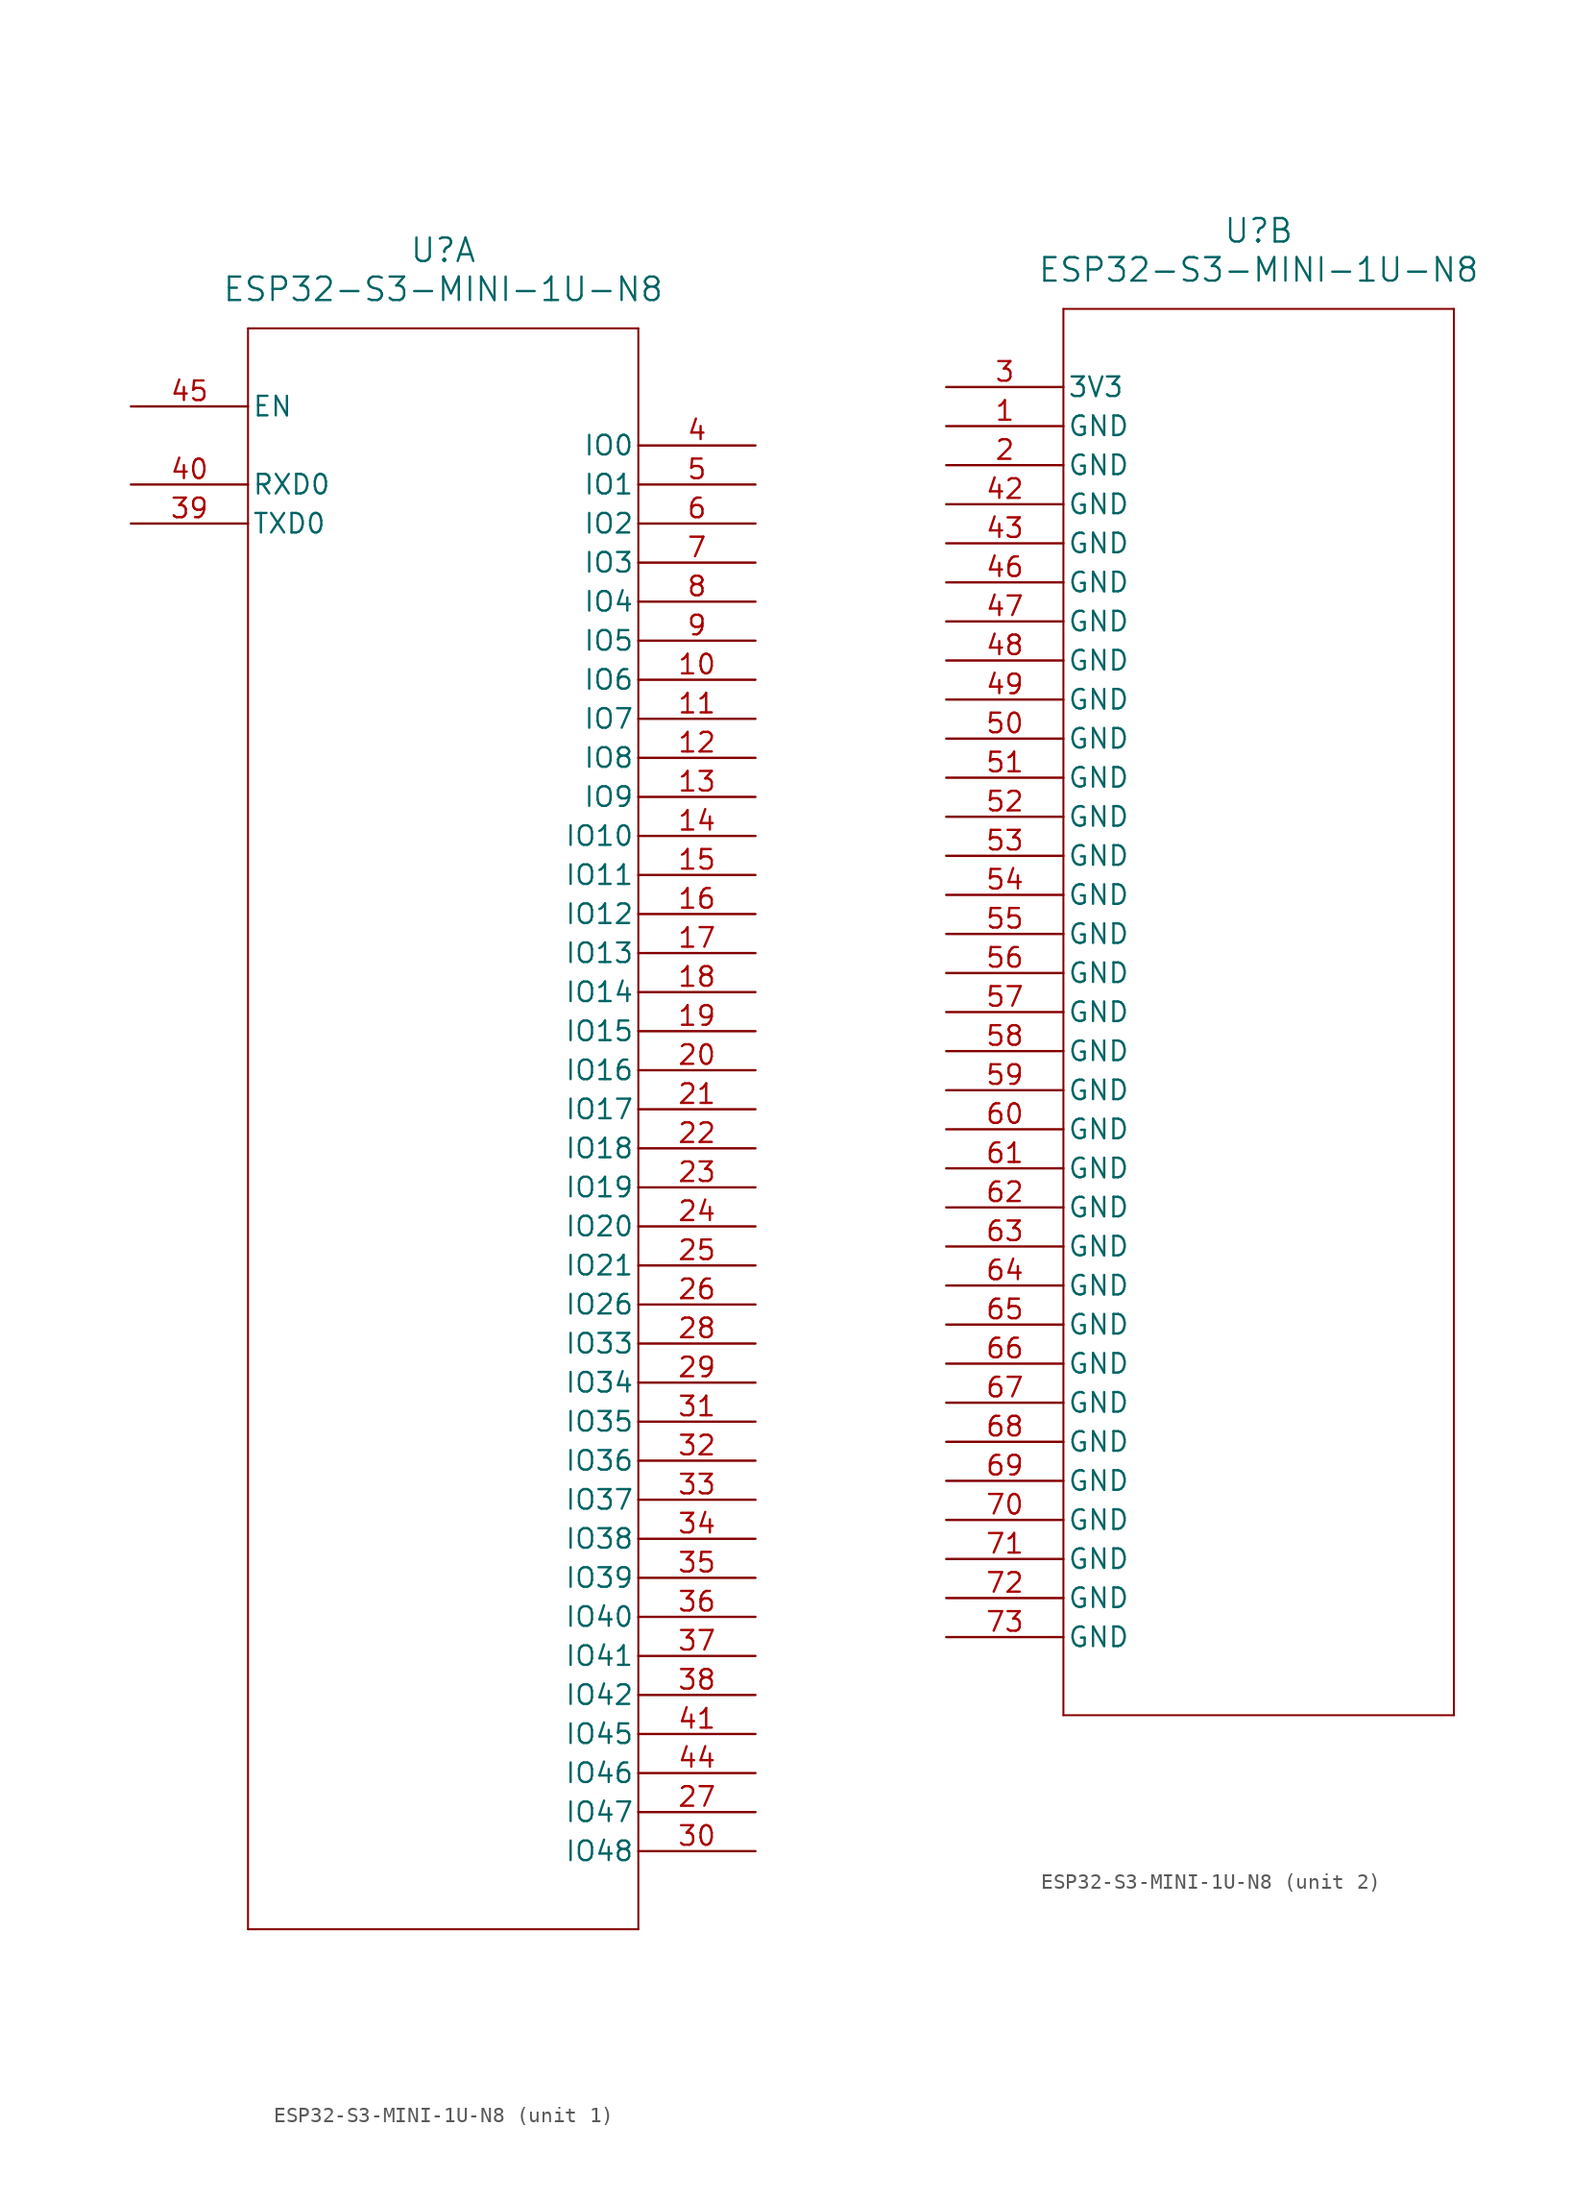
<source format=kicad_sym>
(kicad_symbol_lib
  (version 20211014)
  (generator kicad_symbol_editor)
  (symbol "ESP32-S3-MINI-1U-N8"
    (pin_names
      (offset 0.254))
    (property "Reference" "U"
      (at 20.32 10.16 0)
      (effects (font (size 1.524 1.524))))
    (property "Value" "ESP32-S3-MINI-1U-N8"
      (at 20.32 7.62 0)
      (effects (font (size 1.524 1.524))))
    (symbol "ESP32-S3-MINI-1U-N8_1_1"
      (polyline (pts (xy 7.62 5.08) (xy 7.62 -99.06)) (stroke (width 0.127) (type default) (color 0 0 0 0)) (fill (type none)))
      (polyline (pts (xy 7.62 -99.06) (xy 33.02 -99.06)) (stroke (width 0.127) (type default) (color 0 0 0 0)) (fill (type none)))
      (polyline (pts (xy 33.02 -99.06) (xy 33.02 5.08)) (stroke (width 0.127) (type default) (color 0 0 0 0)) (fill (type none)))
      (polyline (pts (xy 33.02 5.08) (xy 7.62 5.08)) (stroke (width 0.127) (type default) (color 0 0 0 0)) (fill (type none)))
      (pin bidirectional line (at 40.64 -2.54 180) (length 7.62) (name "IO0" (effects (font (size 1.27 1.27)))) (number "4" (effects (font (size 1.27 1.27)))))
      (pin bidirectional line (at 40.64 -5.08 180) (length 7.62) (name "IO1" (effects (font (size 1.27 1.27)))) (number "5" (effects (font (size 1.27 1.27)))))
      (pin bidirectional line (at 40.64 -7.62 180) (length 7.62) (name "IO2" (effects (font (size 1.27 1.27)))) (number "6" (effects (font (size 1.27 1.27)))))
      (pin bidirectional line (at 40.64 -10.16 180) (length 7.62) (name "IO3" (effects (font (size 1.27 1.27)))) (number "7" (effects (font (size 1.27 1.27)))))
      (pin bidirectional line (at 40.64 -12.7 180) (length 7.62) (name "IO4" (effects (font (size 1.27 1.27)))) (number "8" (effects (font (size 1.27 1.27)))))
      (pin bidirectional line (at 40.64 -15.24 180) (length 7.62) (name "IO5" (effects (font (size 1.27 1.27)))) (number "9" (effects (font (size 1.27 1.27)))))
      (pin bidirectional line (at 40.64 -17.78 180) (length 7.62) (name "IO6" (effects (font (size 1.27 1.27)))) (number "10" (effects (font (size 1.27 1.27)))))
      (pin bidirectional line (at 40.64 -20.32 180) (length 7.62) (name "IO7" (effects (font (size 1.27 1.27)))) (number "11" (effects (font (size 1.27 1.27)))))
      (pin bidirectional line (at 40.64 -22.86 180) (length 7.62) (name "IO8" (effects (font (size 1.27 1.27)))) (number "12" (effects (font (size 1.27 1.27)))))
      (pin bidirectional line (at 40.64 -25.4 180) (length 7.62) (name "IO9" (effects (font (size 1.27 1.27)))) (number "13" (effects (font (size 1.27 1.27)))))
      (pin bidirectional line (at 40.64 -27.94 180) (length 7.62) (name "IO10" (effects (font (size 1.27 1.27)))) (number "14" (effects (font (size 1.27 1.27)))))
      (pin bidirectional line (at 40.64 -30.48 180) (length 7.62) (name "IO11" (effects (font (size 1.27 1.27)))) (number "15" (effects (font (size 1.27 1.27)))))
      (pin bidirectional line (at 40.64 -33.02 180) (length 7.62) (name "IO12" (effects (font (size 1.27 1.27)))) (number "16" (effects (font (size 1.27 1.27)))))
      (pin bidirectional line (at 40.64 -35.56 180) (length 7.62) (name "IO13" (effects (font (size 1.27 1.27)))) (number "17" (effects (font (size 1.27 1.27)))))
      (pin bidirectional line (at 40.64 -38.1 180) (length 7.62) (name "IO14" (effects (font (size 1.27 1.27)))) (number "18" (effects (font (size 1.27 1.27)))))
      (pin bidirectional line (at 40.64 -40.64 180) (length 7.62) (name "IO15" (effects (font (size 1.27 1.27)))) (number "19" (effects (font (size 1.27 1.27)))))
      (pin bidirectional line (at 40.64 -43.18 180) (length 7.62) (name "IO16" (effects (font (size 1.27 1.27)))) (number "20" (effects (font (size 1.27 1.27)))))
      (pin bidirectional line (at 40.64 -45.72 180) (length 7.62) (name "IO17" (effects (font (size 1.27 1.27)))) (number "21" (effects (font (size 1.27 1.27)))))
      (pin bidirectional line (at 40.64 -48.26 180) (length 7.62) (name "IO18" (effects (font (size 1.27 1.27)))) (number "22" (effects (font (size 1.27 1.27)))))
      (pin bidirectional line (at 40.64 -50.8 180) (length 7.62) (name "IO19" (effects (font (size 1.27 1.27)))) (number "23" (effects (font (size 1.27 1.27)))))
      (pin bidirectional line (at 40.64 -53.34 180) (length 7.62) (name "IO20" (effects (font (size 1.27 1.27)))) (number "24" (effects (font (size 1.27 1.27)))))
      (pin bidirectional line (at 40.64 -55.88 180) (length 7.62) (name "IO21" (effects (font (size 1.27 1.27)))) (number "25" (effects (font (size 1.27 1.27)))))
      (pin bidirectional line (at 40.64 -58.42 180) (length 7.62) (name "IO26" (effects (font (size 1.27 1.27)))) (number "26" (effects (font (size 1.27 1.27)))))
      (pin bidirectional line (at 40.64 -91.44 180) (length 7.62) (name "IO47" (effects (font (size 1.27 1.27)))) (number "27" (effects (font (size 1.27 1.27)))))
      (pin bidirectional line (at 40.64 -60.96 180) (length 7.62) (name "IO33" (effects (font (size 1.27 1.27)))) (number "28" (effects (font (size 1.27 1.27)))))
      (pin bidirectional line (at 40.64 -63.5 180) (length 7.62) (name "IO34" (effects (font (size 1.27 1.27)))) (number "29" (effects (font (size 1.27 1.27)))))
      (pin bidirectional line (at 40.64 -93.98 180) (length 7.62) (name "IO48" (effects (font (size 1.27 1.27)))) (number "30" (effects (font (size 1.27 1.27)))))
      (pin bidirectional line (at 40.64 -66.04 180) (length 7.62) (name "IO35" (effects (font (size 1.27 1.27)))) (number "31" (effects (font (size 1.27 1.27)))))
      (pin bidirectional line (at 40.64 -68.58 180) (length 7.62) (name "IO36" (effects (font (size 1.27 1.27)))) (number "32" (effects (font (size 1.27 1.27)))))
      (pin bidirectional line (at 40.64 -71.12 180) (length 7.62) (name "IO37" (effects (font (size 1.27 1.27)))) (number "33" (effects (font (size 1.27 1.27)))))
      (pin bidirectional line (at 40.64 -73.66 180) (length 7.62) (name "IO38" (effects (font (size 1.27 1.27)))) (number "34" (effects (font (size 1.27 1.27)))))
      (pin bidirectional line (at 40.64 -76.2 180) (length 7.62) (name "IO39" (effects (font (size 1.27 1.27)))) (number "35" (effects (font (size 1.27 1.27)))))
      (pin bidirectional line (at 40.64 -78.74 180) (length 7.62) (name "IO40" (effects (font (size 1.27 1.27)))) (number "36" (effects (font (size 1.27 1.27)))))
      (pin bidirectional line (at 40.64 -81.28 180) (length 7.62) (name "IO41" (effects (font (size 1.27 1.27)))) (number "37" (effects (font (size 1.27 1.27)))))
      (pin bidirectional line (at 40.64 -83.82 180) (length 7.62) (name "IO42" (effects (font (size 1.27 1.27)))) (number "38" (effects (font (size 1.27 1.27)))))
      (pin bidirectional line (at 0 -7.62 0) (length 7.62) (name "TXD0" (effects (font (size 1.27 1.27)))) (number "39" (effects (font (size 1.27 1.27)))))
      (pin bidirectional line (at 0 -5.08 0) (length 7.62) (name "RXD0" (effects (font (size 1.27 1.27)))) (number "40" (effects (font (size 1.27 1.27)))))
      (pin bidirectional line (at 40.64 -86.36 180) (length 7.62) (name "IO45" (effects (font (size 1.27 1.27)))) (number "41" (effects (font (size 1.27 1.27)))))
      (pin bidirectional line (at 40.64 -88.9 180) (length 7.62) (name "IO46" (effects (font (size 1.27 1.27)))) (number "44" (effects (font (size 1.27 1.27)))))
      (pin input line (at 0 0 0) (length 7.62) (name "EN" (effects (font (size 1.27 1.27)))) (number "45" (effects (font (size 1.27 1.27))))))
    (symbol "ESP32-S3-MINI-1U-N8_2_1"
      (polyline (pts (xy 7.62 5.08) (xy 7.62 -86.36)) (stroke (width 0.127) (type default) (color 0 0 0 0)) (fill (type none)))
      (polyline (pts (xy 7.62 -86.36) (xy 33.02 -86.36)) (stroke (width 0.127) (type default) (color 0 0 0 0)) (fill (type none)))
      (polyline (pts (xy 33.02 -86.36) (xy 33.02 5.08)) (stroke (width 0.127) (type default) (color 0 0 0 0)) (fill (type none)))
      (polyline (pts (xy 33.02 5.08) (xy 7.62 5.08)) (stroke (width 0.127) (type default) (color 0 0 0 0)) (fill (type none)))
      (pin power_out line (at 0 -2.54 0) (length 7.62) (name "GND" (effects (font (size 1.27 1.27)))) (number "1" (effects (font (size 1.27 1.27)))))
      (pin power_out line (at 0 -5.08 0) (length 7.62) (name "GND" (effects (font (size 1.27 1.27)))) (number "2" (effects (font (size 1.27 1.27)))))
      (pin power_in line (at 0 0 0) (length 7.62) (name "3V3" (effects (font (size 1.27 1.27)))) (number "3" (effects (font (size 1.27 1.27)))))
      (pin power_out line (at 0 -7.62 0) (length 7.62) (name "GND" (effects (font (size 1.27 1.27)))) (number "42" (effects (font (size 1.27 1.27)))))
      (pin power_out line (at 0 -10.16 0) (length 7.62) (name "GND" (effects (font (size 1.27 1.27)))) (number "43" (effects (font (size 1.27 1.27)))))
      (pin power_out line (at 0 -12.7 0) (length 7.62) (name "GND" (effects (font (size 1.27 1.27)))) (number "46" (effects (font (size 1.27 1.27)))))
      (pin power_out line (at 0 -15.24 0) (length 7.62) (name "GND" (effects (font (size 1.27 1.27)))) (number "47" (effects (font (size 1.27 1.27)))))
      (pin power_out line (at 0 -17.78 0) (length 7.62) (name "GND" (effects (font (size 1.27 1.27)))) (number "48" (effects (font (size 1.27 1.27)))))
      (pin power_out line (at 0 -20.32 0) (length 7.62) (name "GND" (effects (font (size 1.27 1.27)))) (number "49" (effects (font (size 1.27 1.27)))))
      (pin power_out line (at 0 -22.86 0) (length 7.62) (name "GND" (effects (font (size 1.27 1.27)))) (number "50" (effects (font (size 1.27 1.27)))))
      (pin power_out line (at 0 -25.4 0) (length 7.62) (name "GND" (effects (font (size 1.27 1.27)))) (number "51" (effects (font (size 1.27 1.27)))))
      (pin power_out line (at 0 -27.94 0) (length 7.62) (name "GND" (effects (font (size 1.27 1.27)))) (number "52" (effects (font (size 1.27 1.27)))))
      (pin power_out line (at 0 -30.48 0) (length 7.62) (name "GND" (effects (font (size 1.27 1.27)))) (number "53" (effects (font (size 1.27 1.27)))))
      (pin power_out line (at 0 -33.02 0) (length 7.62) (name "GND" (effects (font (size 1.27 1.27)))) (number "54" (effects (font (size 1.27 1.27)))))
      (pin power_out line (at 0 -35.56 0) (length 7.62) (name "GND" (effects (font (size 1.27 1.27)))) (number "55" (effects (font (size 1.27 1.27)))))
      (pin power_out line (at 0 -38.1 0) (length 7.62) (name "GND" (effects (font (size 1.27 1.27)))) (number "56" (effects (font (size 1.27 1.27)))))
      (pin power_out line (at 0 -40.64 0) (length 7.62) (name "GND" (effects (font (size 1.27 1.27)))) (number "57" (effects (font (size 1.27 1.27)))))
      (pin power_out line (at 0 -43.18 0) (length 7.62) (name "GND" (effects (font (size 1.27 1.27)))) (number "58" (effects (font (size 1.27 1.27)))))
      (pin power_out line (at 0 -45.72 0) (length 7.62) (name "GND" (effects (font (size 1.27 1.27)))) (number "59" (effects (font (size 1.27 1.27)))))
      (pin power_out line (at 0 -48.26 0) (length 7.62) (name "GND" (effects (font (size 1.27 1.27)))) (number "60" (effects (font (size 1.27 1.27)))))
      (pin power_out line (at 0 -50.8 0) (length 7.62) (name "GND" (effects (font (size 1.27 1.27)))) (number "61" (effects (font (size 1.27 1.27)))))
      (pin power_out line (at 0 -53.34 0) (length 7.62) (name "GND" (effects (font (size 1.27 1.27)))) (number "62" (effects (font (size 1.27 1.27)))))
      (pin power_out line (at 0 -55.88 0) (length 7.62) (name "GND" (effects (font (size 1.27 1.27)))) (number "63" (effects (font (size 1.27 1.27)))))
      (pin power_out line (at 0 -58.42 0) (length 7.62) (name "GND" (effects (font (size 1.27 1.27)))) (number "64" (effects (font (size 1.27 1.27)))))
      (pin power_out line (at 0 -60.96 0) (length 7.62) (name "GND" (effects (font (size 1.27 1.27)))) (number "65" (effects (font (size 1.27 1.27)))))
      (pin power_out line (at 0 -63.5 0) (length 7.62) (name "GND" (effects (font (size 1.27 1.27)))) (number "66" (effects (font (size 1.27 1.27)))))
      (pin power_out line (at 0 -66.04 0) (length 7.62) (name "GND" (effects (font (size 1.27 1.27)))) (number "67" (effects (font (size 1.27 1.27)))))
      (pin power_out line (at 0 -68.58 0) (length 7.62) (name "GND" (effects (font (size 1.27 1.27)))) (number "68" (effects (font (size 1.27 1.27)))))
      (pin power_out line (at 0 -71.12 0) (length 7.62) (name "GND" (effects (font (size 1.27 1.27)))) (number "69" (effects (font (size 1.27 1.27)))))
      (pin power_out line (at 0 -73.66 0) (length 7.62) (name "GND" (effects (font (size 1.27 1.27)))) (number "70" (effects (font (size 1.27 1.27)))))
      (pin power_out line (at 0 -76.2 0) (length 7.62) (name "GND" (effects (font (size 1.27 1.27)))) (number "71" (effects (font (size 1.27 1.27)))))
      (pin power_out line (at 0 -78.74 0) (length 7.62) (name "GND" (effects (font (size 1.27 1.27)))) (number "72" (effects (font (size 1.27 1.27)))))
      (pin power_out line (at 0 -81.28 0) (length 7.62) (name "GND" (effects (font (size 1.27 1.27)))) (number "73" (effects (font (size 1.27 1.27))))))))
</source>
